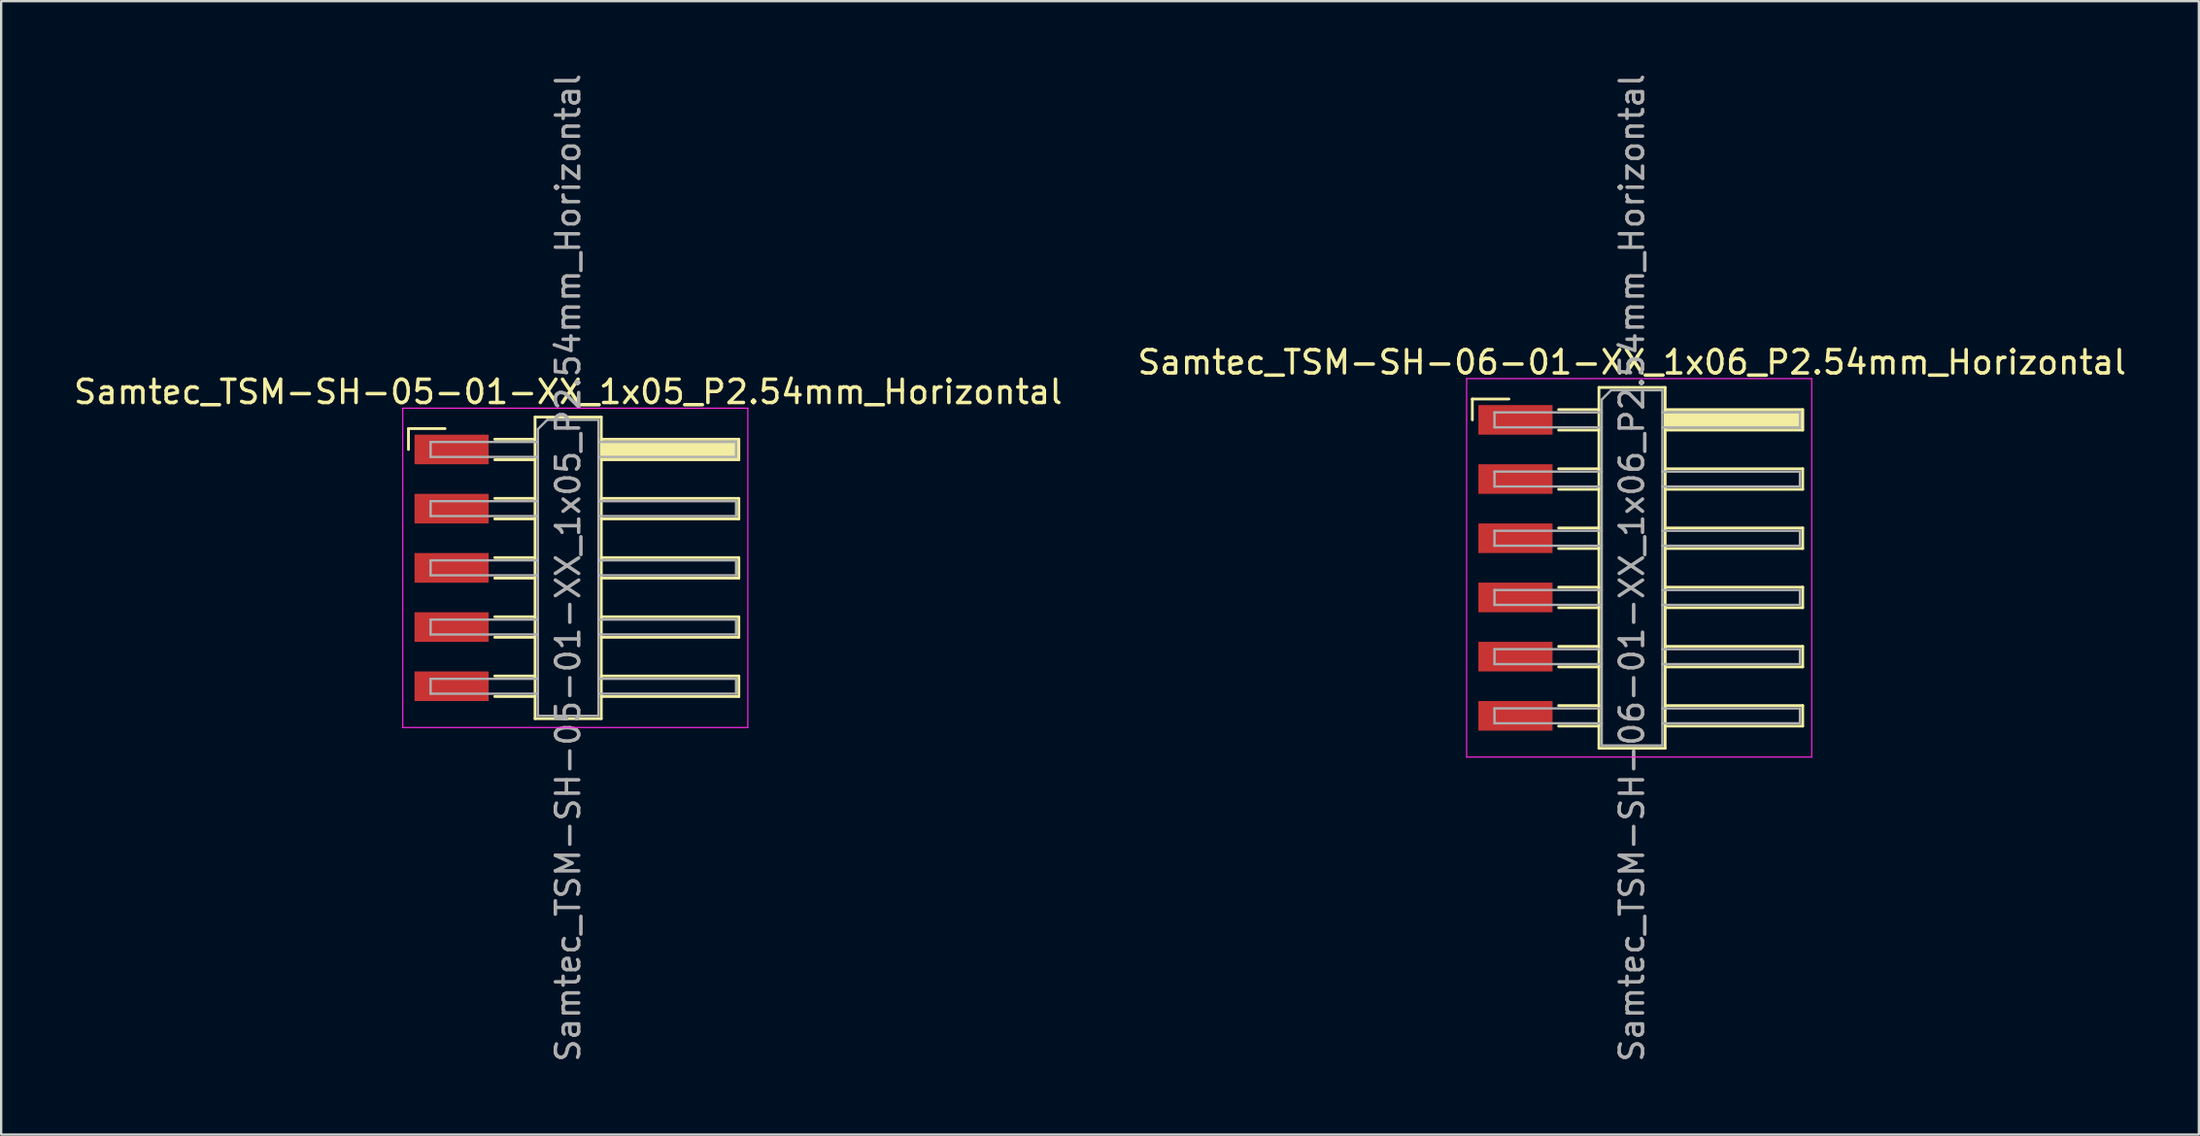
<source format=kicad_pcb>
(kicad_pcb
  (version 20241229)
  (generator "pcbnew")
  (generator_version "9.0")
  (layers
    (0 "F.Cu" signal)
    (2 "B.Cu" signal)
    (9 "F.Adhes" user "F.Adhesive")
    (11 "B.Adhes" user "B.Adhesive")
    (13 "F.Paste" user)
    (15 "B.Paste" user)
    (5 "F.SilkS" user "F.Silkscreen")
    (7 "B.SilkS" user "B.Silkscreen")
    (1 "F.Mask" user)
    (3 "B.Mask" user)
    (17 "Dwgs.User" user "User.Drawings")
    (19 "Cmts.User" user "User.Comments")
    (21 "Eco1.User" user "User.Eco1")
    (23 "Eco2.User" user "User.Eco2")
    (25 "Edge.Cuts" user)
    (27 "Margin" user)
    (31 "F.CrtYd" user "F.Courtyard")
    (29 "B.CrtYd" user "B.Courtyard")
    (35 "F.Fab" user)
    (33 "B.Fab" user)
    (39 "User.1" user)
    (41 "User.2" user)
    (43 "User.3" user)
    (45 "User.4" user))
  (footprint "Samtec_TSM-SH-05-01-XX_1x05_P2.54mm_Horizontal"
    (layer "F.Cu")
    (at 21.505 21.315)
    (property "Reference" "Samtec_TSM-SH-05-01-XX_1x05_P2.54mm_Horizontal" (at -0.19 -7.55 0) (layer "F.SilkS") (effects (font (size 1 1) (thickness 0.15))))
    (attr smd)
    (fp_line (start -7.035 -5.975) (end -5.465 -5.975) (stroke (width 0.12) (type solid)) (layer "F.SilkS"))
    (fp_line (start -7.035 -5.08) (end -7.035 -5.975) (stroke (width 0.12) (type solid)) (layer "F.SilkS"))
    (fp_line (start -3.335 -5.52) (end -1.605 -5.52) (stroke (width 0.12) (type solid)) (layer "F.SilkS"))
    (fp_line (start -3.335 -4.64) (end -1.605 -4.64) (stroke (width 0.12) (type solid)) (layer "F.SilkS"))
    (fp_line (start -3.335 -2.98) (end -1.605 -2.98) (stroke (width 0.12) (type solid)) (layer "F.SilkS"))
    (fp_line (start -3.335 -2.1) (end -1.605 -2.1) (stroke (width 0.12) (type solid)) (layer "F.SilkS"))
    (fp_line (start -3.335 -0.44) (end -1.605 -0.44) (stroke (width 0.12) (type solid)) (layer "F.SilkS"))
    (fp_line (start -3.335 0.44) (end -1.605 0.44) (stroke (width 0.12) (type solid)) (layer "F.SilkS"))
    (fp_line (start -3.335 2.1) (end -1.605 2.1) (stroke (width 0.12) (type solid)) (layer "F.SilkS"))
    (fp_line (start -3.335 2.98) (end -1.605 2.98) (stroke (width 0.12) (type solid)) (layer "F.SilkS"))
    (fp_line (start -3.335 4.64) (end -1.605 4.64) (stroke (width 0.12) (type solid)) (layer "F.SilkS"))
    (fp_line (start -3.335 5.52) (end -1.605 5.52) (stroke (width 0.12) (type solid)) (layer "F.SilkS"))
    (fp_line (start -1.605 -6.47) (end 1.235 -6.47) (stroke (width 0.12) (type solid)) (layer "F.SilkS"))
    (fp_line (start -1.605 6.47) (end -1.605 -6.47) (stroke (width 0.12) (type solid)) (layer "F.SilkS"))
    (fp_line (start 1.235 -6.47) (end 1.235 6.47) (stroke (width 0.12) (type solid)) (layer "F.SilkS"))
    (fp_line (start 1.235 -5.52) (end 7.135 -5.52) (stroke (width 0.12) (type solid)) (layer "F.SilkS"))
    (fp_line (start 1.235 -2.98) (end 7.135 -2.98) (stroke (width 0.12) (type solid)) (layer "F.SilkS"))
    (fp_line (start 1.235 -0.44) (end 7.135 -0.44) (stroke (width 0.12) (type solid)) (layer "F.SilkS"))
    (fp_line (start 1.235 2.1) (end 7.135 2.1) (stroke (width 0.12) (type solid)) (layer "F.SilkS"))
    (fp_line (start 1.235 4.64) (end 7.135 4.64) (stroke (width 0.12) (type solid)) (layer "F.SilkS"))
    (fp_line (start 1.235 6.47) (end -1.605 6.47) (stroke (width 0.12) (type solid)) (layer "F.SilkS"))
    (fp_line (start 7.135 -5.52) (end 7.135 -4.64) (stroke (width 0.12) (type solid)) (layer "F.SilkS"))
    (fp_line (start 7.135 -4.64) (end 1.235 -4.64) (stroke (width 0.12) (type solid)) (layer "F.SilkS"))
    (fp_line (start 7.135 -2.98) (end 7.135 -2.1) (stroke (width 0.12) (type solid)) (layer "F.SilkS"))
    (fp_line (start 7.135 -2.1) (end 1.235 -2.1) (stroke (width 0.12) (type solid)) (layer "F.SilkS"))
    (fp_line (start 7.135 -0.44) (end 7.135 0.44) (stroke (width 0.12) (type solid)) (layer "F.SilkS"))
    (fp_line (start 7.135 0.44) (end 1.235 0.44) (stroke (width 0.12) (type solid)) (layer "F.SilkS"))
    (fp_line (start 7.135 2.1) (end 7.135 2.98) (stroke (width 0.12) (type solid)) (layer "F.SilkS"))
    (fp_line (start 7.135 2.98) (end 1.235 2.98) (stroke (width 0.12) (type solid)) (layer "F.SilkS"))
    (fp_line (start 7.135 4.64) (end 7.135 5.52) (stroke (width 0.12) (type solid)) (layer "F.SilkS"))
    (fp_line (start 7.135 5.52) (end 1.235 5.52) (stroke (width 0.12) (type solid)) (layer "F.SilkS"))
    (fp_line (start -7.28 -6.85) (end 7.52 -6.85) (stroke (width 0.05) (type solid)) (layer "F.CrtYd"))
    (fp_line (start -7.28 6.85) (end -7.28 -6.85) (stroke (width 0.05) (type solid)) (layer "F.CrtYd"))
    (fp_line (start 7.52 -6.85) (end 7.52 6.85) (stroke (width 0.05) (type solid)) (layer "F.CrtYd"))
    (fp_line (start 7.52 6.85) (end -7.28 6.85) (stroke (width 0.05) (type solid)) (layer "F.CrtYd"))
    (fp_line (start -6.085 -5.4) (end -6.085 -4.76) (stroke (width 0.1) (type solid)) (layer "F.Fab"))
    (fp_line (start -6.085 -4.76) (end -1.485 -4.76) (stroke (width 0.1) (type solid)) (layer "F.Fab"))
    (fp_line (start -6.085 -2.86) (end -6.085 -2.22) (stroke (width 0.1) (type solid)) (layer "F.Fab"))
    (fp_line (start -6.085 -2.22) (end -1.485 -2.22) (stroke (width 0.1) (type solid)) (layer "F.Fab"))
    (fp_line (start -6.085 -0.32) (end -6.085 0.32) (stroke (width 0.1) (type solid)) (layer "F.Fab"))
    (fp_line (start -6.085 0.32) (end -1.485 0.32) (stroke (width 0.1) (type solid)) (layer "F.Fab"))
    (fp_line (start -6.085 2.22) (end -6.085 2.86) (stroke (width 0.1) (type solid)) (layer "F.Fab"))
    (fp_line (start -6.085 2.86) (end -1.485 2.86) (stroke (width 0.1) (type solid)) (layer "F.Fab"))
    (fp_line (start -6.085 4.76) (end -6.085 5.4) (stroke (width 0.1) (type solid)) (layer "F.Fab"))
    (fp_line (start -6.085 5.4) (end -1.485 5.4) (stroke (width 0.1) (type solid)) (layer "F.Fab"))
    (fp_line (start -1.485 -5.95) (end -1.085 -6.35) (stroke (width 0.1) (type solid)) (layer "F.Fab"))
    (fp_line (start -1.485 -5.4) (end -6.085 -5.4) (stroke (width 0.1) (type solid)) (layer "F.Fab"))
    (fp_line (start -1.485 -2.86) (end -6.085 -2.86) (stroke (width 0.1) (type solid)) (layer "F.Fab"))
    (fp_line (start -1.485 -0.32) (end -6.085 -0.32) (stroke (width 0.1) (type solid)) (layer "F.Fab"))
    (fp_line (start -1.485 2.22) (end -6.085 2.22) (stroke (width 0.1) (type solid)) (layer "F.Fab"))
    (fp_line (start -1.485 4.76) (end -6.085 4.76) (stroke (width 0.1) (type solid)) (layer "F.Fab"))
    (fp_line (start -1.485 6.35) (end -1.485 -5.95) (stroke (width 0.1) (type solid)) (layer "F.Fab"))
    (fp_line (start -1.085 -6.35) (end 1.115 -6.35) (stroke (width 0.1) (type solid)) (layer "F.Fab"))
    (fp_line (start 1.115 -6.35) (end 1.115 6.35) (stroke (width 0.1) (type solid)) (layer "F.Fab"))
    (fp_line (start 1.115 -5.4) (end 7.015 -5.4) (stroke (width 0.1) (type solid)) (layer "F.Fab"))
    (fp_line (start 1.115 -2.86) (end 7.015 -2.86) (stroke (width 0.1) (type solid)) (layer "F.Fab"))
    (fp_line (start 1.115 -0.32) (end 7.015 -0.32) (stroke (width 0.1) (type solid)) (layer "F.Fab"))
    (fp_line (start 1.115 2.22) (end 7.015 2.22) (stroke (width 0.1) (type solid)) (layer "F.Fab"))
    (fp_line (start 1.115 4.76) (end 7.015 4.76) (stroke (width 0.1) (type solid)) (layer "F.Fab"))
    (fp_line (start 1.115 6.35) (end -1.485 6.35) (stroke (width 0.1) (type solid)) (layer "F.Fab"))
    (fp_line (start 7.015 -5.4) (end 7.015 -4.76) (stroke (width 0.1) (type solid)) (layer "F.Fab"))
    (fp_line (start 7.015 -4.76) (end 1.115 -4.76) (stroke (width 0.1) (type solid)) (layer "F.Fab"))
    (fp_line (start 7.015 -2.86) (end 7.015 -2.22) (stroke (width 0.1) (type solid)) (layer "F.Fab"))
    (fp_line (start 7.015 -2.22) (end 1.115 -2.22) (stroke (width 0.1) (type solid)) (layer "F.Fab"))
    (fp_line (start 7.015 -0.32) (end 7.015 0.32) (stroke (width 0.1) (type solid)) (layer "F.Fab"))
    (fp_line (start 7.015 0.32) (end 1.115 0.32) (stroke (width 0.1) (type solid)) (layer "F.Fab"))
    (fp_line (start 7.015 2.22) (end 7.015 2.86) (stroke (width 0.1) (type solid)) (layer "F.Fab"))
    (fp_line (start 7.015 2.86) (end 1.115 2.86) (stroke (width 0.1) (type solid)) (layer "F.Fab"))
    (fp_line (start 7.015 4.76) (end 7.015 5.4) (stroke (width 0.1) (type solid)) (layer "F.Fab"))
    (fp_line (start 7.015 5.4) (end 1.115 5.4) (stroke (width 0.1) (type solid)) (layer "F.Fab"))
    (fp_text user "${REFERENCE}" (at -0.19 0 90) (layer "F.Fab") (effects (font (size 1 1) (thickness 0.15))))
    (pad "" smd rect (at 4.185 -5.08) (size 6 0.76) (layers "F.SilkS"))
    (pad "1" smd rect (at -5.185 -5.08) (size 3.18 1.27) (layers "F.Cu" "F.Mask" "F.Paste"))
    (pad "2" smd rect (at -5.185 -2.54) (size 3.18 1.27) (layers "F.Cu" "F.Mask" "F.Paste"))
    (pad "3" smd rect (at -5.185 0) (size 3.18 1.27) (layers "F.Cu" "F.Mask" "F.Paste"))
    (pad "4" smd rect (at -5.185 2.54) (size 3.18 1.27) (layers "F.Cu" "F.Mask" "F.Paste"))
    (pad "5" smd rect (at -5.185 5.08) (size 3.18 1.27) (layers "F.Cu" "F.Mask" "F.Paste")))
  (footprint "Samtec_TSM-SH-06-01-XX_1x06_P2.54mm_Horizontal"
    (layer "F.Cu")
    (at 67.136 21.315)
    (property "Reference" "Samtec_TSM-SH-06-01-XX_1x06_P2.54mm_Horizontal" (at -0.19 -8.82 0) (layer "F.SilkS") (effects (font (size 1 1) (thickness 0.15))))
    (attr smd)
    (fp_line (start -7.035 -7.245) (end -5.465 -7.245) (stroke (width 0.12) (type solid)) (layer "F.SilkS"))
    (fp_line (start -7.035 -6.35) (end -7.035 -7.245) (stroke (width 0.12) (type solid)) (layer "F.SilkS"))
    (fp_line (start -3.335 -6.79) (end -1.605 -6.79) (stroke (width 0.12) (type solid)) (layer "F.SilkS"))
    (fp_line (start -3.335 -5.91) (end -1.605 -5.91) (stroke (width 0.12) (type solid)) (layer "F.SilkS"))
    (fp_line (start -3.335 -4.25) (end -1.605 -4.25) (stroke (width 0.12) (type solid)) (layer "F.SilkS"))
    (fp_line (start -3.335 -3.37) (end -1.605 -3.37) (stroke (width 0.12) (type solid)) (layer "F.SilkS"))
    (fp_line (start -3.335 -1.71) (end -1.605 -1.71) (stroke (width 0.12) (type solid)) (layer "F.SilkS"))
    (fp_line (start -3.335 -0.83) (end -1.605 -0.83) (stroke (width 0.12) (type solid)) (layer "F.SilkS"))
    (fp_line (start -3.335 0.83) (end -1.605 0.83) (stroke (width 0.12) (type solid)) (layer "F.SilkS"))
    (fp_line (start -3.335 1.71) (end -1.605 1.71) (stroke (width 0.12) (type solid)) (layer "F.SilkS"))
    (fp_line (start -3.335 3.37) (end -1.605 3.37) (stroke (width 0.12) (type solid)) (layer "F.SilkS"))
    (fp_line (start -3.335 4.25) (end -1.605 4.25) (stroke (width 0.12) (type solid)) (layer "F.SilkS"))
    (fp_line (start -3.335 5.91) (end -1.605 5.91) (stroke (width 0.12) (type solid)) (layer "F.SilkS"))
    (fp_line (start -3.335 6.79) (end -1.605 6.79) (stroke (width 0.12) (type solid)) (layer "F.SilkS"))
    (fp_line (start -1.605 -7.74) (end 1.235 -7.74) (stroke (width 0.12) (type solid)) (layer "F.SilkS"))
    (fp_line (start -1.605 7.74) (end -1.605 -7.74) (stroke (width 0.12) (type solid)) (layer "F.SilkS"))
    (fp_line (start 1.235 -7.74) (end 1.235 7.74) (stroke (width 0.12) (type solid)) (layer "F.SilkS"))
    (fp_line (start 1.235 -6.79) (end 7.135 -6.79) (stroke (width 0.12) (type solid)) (layer "F.SilkS"))
    (fp_line (start 1.235 -4.25) (end 7.135 -4.25) (stroke (width 0.12) (type solid)) (layer "F.SilkS"))
    (fp_line (start 1.235 -1.71) (end 7.135 -1.71) (stroke (width 0.12) (type solid)) (layer "F.SilkS"))
    (fp_line (start 1.235 0.83) (end 7.135 0.83) (stroke (width 0.12) (type solid)) (layer "F.SilkS"))
    (fp_line (start 1.235 3.37) (end 7.135 3.37) (stroke (width 0.12) (type solid)) (layer "F.SilkS"))
    (fp_line (start 1.235 5.91) (end 7.135 5.91) (stroke (width 0.12) (type solid)) (layer "F.SilkS"))
    (fp_line (start 1.235 7.74) (end -1.605 7.74) (stroke (width 0.12) (type solid)) (layer "F.SilkS"))
    (fp_line (start 7.135 -6.79) (end 7.135 -5.91) (stroke (width 0.12) (type solid)) (layer "F.SilkS"))
    (fp_line (start 7.135 -5.91) (end 1.235 -5.91) (stroke (width 0.12) (type solid)) (layer "F.SilkS"))
    (fp_line (start 7.135 -4.25) (end 7.135 -3.37) (stroke (width 0.12) (type solid)) (layer "F.SilkS"))
    (fp_line (start 7.135 -3.37) (end 1.235 -3.37) (stroke (width 0.12) (type solid)) (layer "F.SilkS"))
    (fp_line (start 7.135 -1.71) (end 7.135 -0.83) (stroke (width 0.12) (type solid)) (layer "F.SilkS"))
    (fp_line (start 7.135 -0.83) (end 1.235 -0.83) (stroke (width 0.12) (type solid)) (layer "F.SilkS"))
    (fp_line (start 7.135 0.83) (end 7.135 1.71) (stroke (width 0.12) (type solid)) (layer "F.SilkS"))
    (fp_line (start 7.135 1.71) (end 1.235 1.71) (stroke (width 0.12) (type solid)) (layer "F.SilkS"))
    (fp_line (start 7.135 3.37) (end 7.135 4.25) (stroke (width 0.12) (type solid)) (layer "F.SilkS"))
    (fp_line (start 7.135 4.25) (end 1.235 4.25) (stroke (width 0.12) (type solid)) (layer "F.SilkS"))
    (fp_line (start 7.135 5.91) (end 7.135 6.79) (stroke (width 0.12) (type solid)) (layer "F.SilkS"))
    (fp_line (start 7.135 6.79) (end 1.235 6.79) (stroke (width 0.12) (type solid)) (layer "F.SilkS"))
    (fp_line (start -7.28 -8.12) (end 7.52 -8.12) (stroke (width 0.05) (type solid)) (layer "F.CrtYd"))
    (fp_line (start -7.28 8.12) (end -7.28 -8.12) (stroke (width 0.05) (type solid)) (layer "F.CrtYd"))
    (fp_line (start 7.52 -8.12) (end 7.52 8.12) (stroke (width 0.05) (type solid)) (layer "F.CrtYd"))
    (fp_line (start 7.52 8.12) (end -7.28 8.12) (stroke (width 0.05) (type solid)) (layer "F.CrtYd"))
    (fp_line (start -6.085 -6.67) (end -6.085 -6.03) (stroke (width 0.1) (type solid)) (layer "F.Fab"))
    (fp_line (start -6.085 -6.03) (end -1.485 -6.03) (stroke (width 0.1) (type solid)) (layer "F.Fab"))
    (fp_line (start -6.085 -4.13) (end -6.085 -3.49) (stroke (width 0.1) (type solid)) (layer "F.Fab"))
    (fp_line (start -6.085 -3.49) (end -1.485 -3.49) (stroke (width 0.1) (type solid)) (layer "F.Fab"))
    (fp_line (start -6.085 -1.59) (end -6.085 -0.95) (stroke (width 0.1) (type solid)) (layer "F.Fab"))
    (fp_line (start -6.085 -0.95) (end -1.485 -0.95) (stroke (width 0.1) (type solid)) (layer "F.Fab"))
    (fp_line (start -6.085 0.95) (end -6.085 1.59) (stroke (width 0.1) (type solid)) (layer "F.Fab"))
    (fp_line (start -6.085 1.59) (end -1.485 1.59) (stroke (width 0.1) (type solid)) (layer "F.Fab"))
    (fp_line (start -6.085 3.49) (end -6.085 4.13) (stroke (width 0.1) (type solid)) (layer "F.Fab"))
    (fp_line (start -6.085 4.13) (end -1.485 4.13) (stroke (width 0.1) (type solid)) (layer "F.Fab"))
    (fp_line (start -6.085 6.03) (end -6.085 6.67) (stroke (width 0.1) (type solid)) (layer "F.Fab"))
    (fp_line (start -6.085 6.67) (end -1.485 6.67) (stroke (width 0.1) (type solid)) (layer "F.Fab"))
    (fp_line (start -1.485 -7.22) (end -1.085 -7.62) (stroke (width 0.1) (type solid)) (layer "F.Fab"))
    (fp_line (start -1.485 -6.67) (end -6.085 -6.67) (stroke (width 0.1) (type solid)) (layer "F.Fab"))
    (fp_line (start -1.485 -4.13) (end -6.085 -4.13) (stroke (width 0.1) (type solid)) (layer "F.Fab"))
    (fp_line (start -1.485 -1.59) (end -6.085 -1.59) (stroke (width 0.1) (type solid)) (layer "F.Fab"))
    (fp_line (start -1.485 0.95) (end -6.085 0.95) (stroke (width 0.1) (type solid)) (layer "F.Fab"))
    (fp_line (start -1.485 3.49) (end -6.085 3.49) (stroke (width 0.1) (type solid)) (layer "F.Fab"))
    (fp_line (start -1.485 6.03) (end -6.085 6.03) (stroke (width 0.1) (type solid)) (layer "F.Fab"))
    (fp_line (start -1.485 7.62) (end -1.485 -7.22) (stroke (width 0.1) (type solid)) (layer "F.Fab"))
    (fp_line (start -1.085 -7.62) (end 1.115 -7.62) (stroke (width 0.1) (type solid)) (layer "F.Fab"))
    (fp_line (start 1.115 -7.62) (end 1.115 7.62) (stroke (width 0.1) (type solid)) (layer "F.Fab"))
    (fp_line (start 1.115 -6.67) (end 7.015 -6.67) (stroke (width 0.1) (type solid)) (layer "F.Fab"))
    (fp_line (start 1.115 -4.13) (end 7.015 -4.13) (stroke (width 0.1) (type solid)) (layer "F.Fab"))
    (fp_line (start 1.115 -1.59) (end 7.015 -1.59) (stroke (width 0.1) (type solid)) (layer "F.Fab"))
    (fp_line (start 1.115 0.95) (end 7.015 0.95) (stroke (width 0.1) (type solid)) (layer "F.Fab"))
    (fp_line (start 1.115 3.49) (end 7.015 3.49) (stroke (width 0.1) (type solid)) (layer "F.Fab"))
    (fp_line (start 1.115 6.03) (end 7.015 6.03) (stroke (width 0.1) (type solid)) (layer "F.Fab"))
    (fp_line (start 1.115 7.62) (end -1.485 7.62) (stroke (width 0.1) (type solid)) (layer "F.Fab"))
    (fp_line (start 7.015 -6.67) (end 7.015 -6.03) (stroke (width 0.1) (type solid)) (layer "F.Fab"))
    (fp_line (start 7.015 -6.03) (end 1.115 -6.03) (stroke (width 0.1) (type solid)) (layer "F.Fab"))
    (fp_line (start 7.015 -4.13) (end 7.015 -3.49) (stroke (width 0.1) (type solid)) (layer "F.Fab"))
    (fp_line (start 7.015 -3.49) (end 1.115 -3.49) (stroke (width 0.1) (type solid)) (layer "F.Fab"))
    (fp_line (start 7.015 -1.59) (end 7.015 -0.95) (stroke (width 0.1) (type solid)) (layer "F.Fab"))
    (fp_line (start 7.015 -0.95) (end 1.115 -0.95) (stroke (width 0.1) (type solid)) (layer "F.Fab"))
    (fp_line (start 7.015 0.95) (end 7.015 1.59) (stroke (width 0.1) (type solid)) (layer "F.Fab"))
    (fp_line (start 7.015 1.59) (end 1.115 1.59) (stroke (width 0.1) (type solid)) (layer "F.Fab"))
    (fp_line (start 7.015 3.49) (end 7.015 4.13) (stroke (width 0.1) (type solid)) (layer "F.Fab"))
    (fp_line (start 7.015 4.13) (end 1.115 4.13) (stroke (width 0.1) (type solid)) (layer "F.Fab"))
    (fp_line (start 7.015 6.03) (end 7.015 6.67) (stroke (width 0.1) (type solid)) (layer "F.Fab"))
    (fp_line (start 7.015 6.67) (end 1.115 6.67) (stroke (width 0.1) (type solid)) (layer "F.Fab"))
    (fp_text user "${REFERENCE}" (at -0.19 0 90) (layer "F.Fab") (effects (font (size 1 1) (thickness 0.15))))
    (pad "" smd rect (at 4.185 -6.35) (size 6 0.76) (layers "F.SilkS"))
    (pad "1" smd rect (at -5.185 -6.35) (size 3.18 1.27) (layers "F.Cu" "F.Mask" "F.Paste"))
    (pad "2" smd rect (at -5.185 -3.81) (size 3.18 1.27) (layers "F.Cu" "F.Mask" "F.Paste"))
    (pad "3" smd rect (at -5.185 -1.27) (size 3.18 1.27) (layers "F.Cu" "F.Mask" "F.Paste"))
    (pad "4" smd rect (at -5.185 1.27) (size 3.18 1.27) (layers "F.Cu" "F.Mask" "F.Paste"))
    (pad "5" smd rect (at -5.185 3.81) (size 3.18 1.27) (layers "F.Cu" "F.Mask" "F.Paste"))
    (pad "6" smd rect (at -5.185 6.35) (size 3.18 1.27) (layers "F.Cu" "F.Mask" "F.Paste")))
  (gr_rect
    (start -3 -3)
    (end 91.262 45.631)
    (stroke (width 0.1) (type default))
    (fill no)
    (layer "Edge.Cuts")))
</source>
